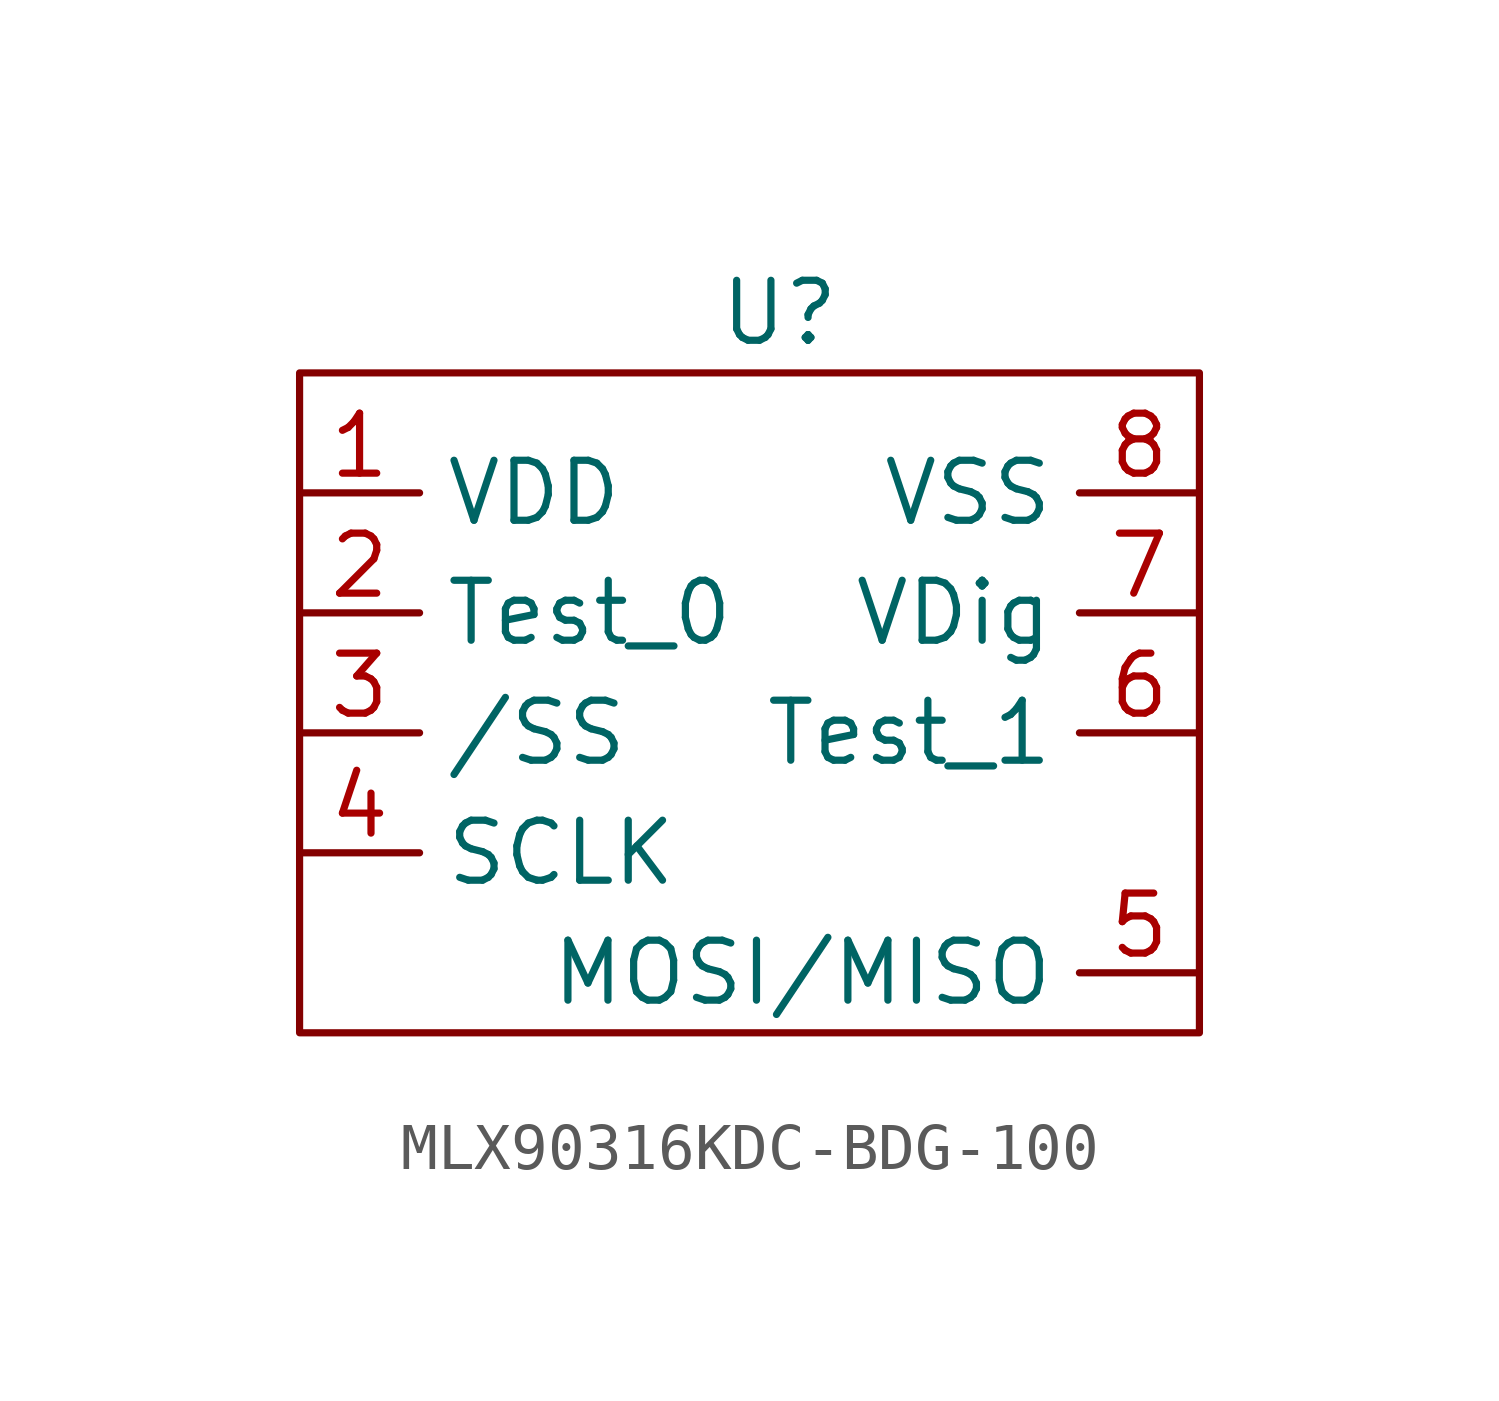
<source format=kicad_sym>
(kicad_symbol_lib
  (version 20220914)
  (generator kicad_symbol_editor)
  (symbol "MLX90316KDC-BDG-100"
    (property "Reference" "U"
      (at 0 0 0)
      (effects (font (size 1.27 1.27))))
    (property "Value" ""
      (at 0 0 0)
      (effects (font (size 1.27 1.27))))
    (symbol "MLX90316KDC-BDG-100_0_1"
      (rectangle (start -10.16 -1.27) (end 8.89 -15.24) (stroke (width 0) (type default)) (fill (type none))))
    (symbol "MLX90316KDC-BDG-100_1_1"
      (pin input line (at -10.16 -3.81 0) (length 2.54) (name "VDD" (effects (font (size 1.27 1.27)))) (number "1" (effects (font (size 1.27 1.27)))))
      (pin passive line (at -10.16 -6.35 0) (length 2.54) (name "Test_0" (effects (font (size 1.27 1.27)))) (number "2" (effects (font (size 1.27 1.27)))))
      (pin input line (at -10.16 -8.89 0) (length 2.54) (name "/SS" (effects (font (size 1.27 1.27)))) (number "3" (effects (font (size 1.27 1.27)))))
      (pin input line (at -10.16 -11.43 0) (length 2.54) (name "SCLK" (effects (font (size 1.27 1.27)))) (number "4" (effects (font (size 1.27 1.27)))))
      (pin input line (at 8.89 -13.97 180) (length 2.54) (name "MOSI/MISO" (effects (font (size 1.27 1.27)))) (number "5" (effects (font (size 1.27 1.27)))))
      (pin passive line (at 8.89 -8.89 180) (length 2.54) (name "Test_1" (effects (font (size 1.27 1.27)))) (number "6" (effects (font (size 1.27 1.27)))))
      (pin input line (at 8.89 -6.35 180) (length 2.54) (name "VDig" (effects (font (size 1.27 1.27)))) (number "7" (effects (font (size 1.27 1.27)))))
      (pin input line (at 8.89 -3.81 180) (length 2.54) (name "VSS" (effects (font (size 1.27 1.27)))) (number "8" (effects (font (size 1.27 1.27))))))))
</source>
